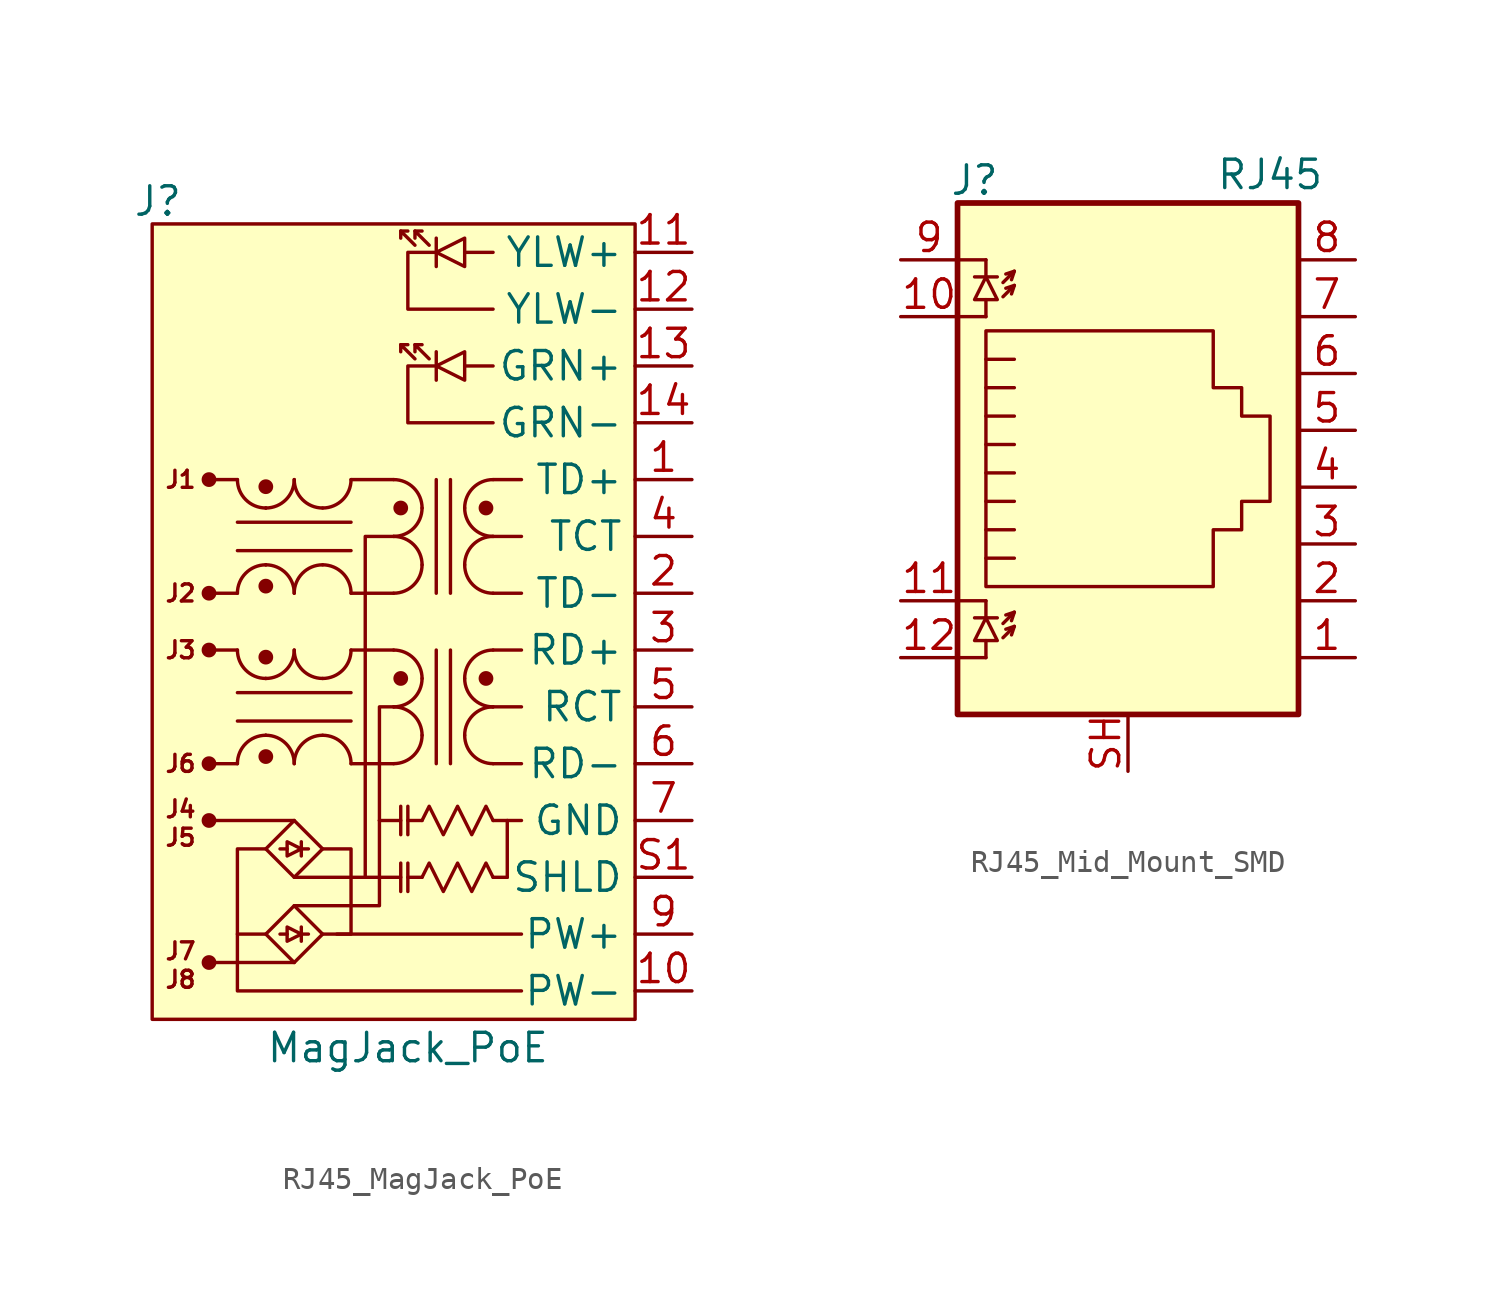
<source format=kicad_sym>
(kicad_symbol_lib
  (version 20241209)
  (generator "kicad_symbol_editor")
  (generator_version "9.0")
  (symbol "RJ45_MagJack_PoE"
    (property "Reference" "J"
      (at -11.176 20.066 0)
      (effects (font (size 1.27 1.27))))
    (property "Value" "MagJack_PoE"
      (at 0 -17.78 0)
      (effects (font (size 1.27 1.27))))
    (symbol "RJ45_MagJack_PoE_0_1"
      (polyline (pts (xy -0.318 18.733) (xy 0 18.733)) (stroke (width 0) (type default)) (fill (type none)))
      (polyline (pts (xy -0.318 13.652) (xy 0 13.652)) (stroke (width 0) (type default)) (fill (type none)))
      (polyline (pts (xy 0.318 18.733) (xy 0.635 18.733)) (stroke (width 0) (type default)) (fill (type none)))
      (polyline (pts (xy 0.318 18.098) (xy -0.318 18.733) (xy -0.318 18.415)) (stroke (width 0) (type default)) (fill (type none)))
      (polyline (pts (xy 0.318 13.652) (xy 0.635 13.652)) (stroke (width 0) (type default)) (fill (type none)))
      (polyline (pts (xy 0.318 13.018) (xy -0.318 13.652) (xy -0.318 13.335)) (stroke (width 0) (type default)) (fill (type none)))
      (polyline (pts (xy 0.953 18.098) (xy 0.318 18.733) (xy 0.318 18.415)) (stroke (width 0) (type default)) (fill (type none)))
      (polyline (pts (xy 0.953 13.018) (xy 0.318 13.652) (xy 0.318 13.335)) (stroke (width 0) (type default)) (fill (type none))))
    (symbol "RJ45_MagJack_PoE_1_0"
      (pin passive line (at 12.7 15.24 180) (length 2.54) (name "YLW-" (effects (font (size 1.27 1.27)))) (number "12" (effects (font (size 1.27 1.27)))))
      (pin passive line (at 12.7 12.7 180) (length 2.54) (name "GRN+" (effects (font (size 1.27 1.27)))) (number "13" (effects (font (size 1.27 1.27)))))
      (pin passive line (at 12.7 10.16 180) (length 2.54) (name "GRN-" (effects (font (size 1.27 1.27)))) (number "14" (effects (font (size 1.27 1.27)))))
      (pin passive line (at 12.7 7.62 180) (length 2.54) (name "TD+" (effects (font (size 1.27 1.27)))) (number "1" (effects (font (size 1.27 1.27)))))
      (pin passive line (at 12.7 5.08 180) (length 2.54) (name "TCT" (effects (font (size 1.27 1.27)))) (number "4" (effects (font (size 1.27 1.27)))))
      (pin passive line (at 12.7 2.54 180) (length 2.54) (name "TD-" (effects (font (size 1.27 1.27)))) (number "2" (effects (font (size 1.27 1.27)))))
      (pin passive line (at 12.7 0 180) (length 2.54) (name "RD+" (effects (font (size 1.27 1.27)))) (number "3" (effects (font (size 1.27 1.27)))))
      (pin passive line (at 12.7 -2.54 180) (length 2.54) (name "RCT" (effects (font (size 1.27 1.27)))) (number "5" (effects (font (size 1.27 1.27)))))
      (pin passive line (at 12.7 -5.08 180) (length 2.54) (name "RD-" (effects (font (size 1.27 1.27)))) (number "6" (effects (font (size 1.27 1.27)))))
      (pin passive line (at 12.7 -7.62 180) (length 2.54) (name "GND" (effects (font (size 1.27 1.27)))) (number "7" (effects (font (size 1.27 1.27)))))
      (pin passive line (at 12.7 -10.16 180) (length 2.54) (name "SHLD" (effects (font (size 1.27 1.27)))) (number "S1" (effects (font (size 1.27 1.27)))))
      (pin passive line (at 12.7 -10.16 180) (length 2.54) (hide yes) (name "SHLD" (effects (font (size 1.27 1.27)))) (number "S2" (effects (font (size 1.27 1.27)))))
      (pin power_out line (at 12.7 -12.7 180) (length 2.54) (name "PW+" (effects (font (size 1.27 1.27)))) (number "9" (effects (font (size 1.27 1.27)))))
      (pin power_out line (at 12.7 -15.24 180) (length 2.54) (name "PW-" (effects (font (size 1.27 1.27)))) (number "10" (effects (font (size 1.27 1.27))))))
    (symbol "RJ45_MagJack_PoE_1_1"
      (rectangle (start -11.43 19.05) (end 10.16 -16.51) (stroke (width 0) (type default)) (fill (type background)))
      (circle (center -8.89 7.62) (radius 0.254) (stroke (width 0) (type default)) (fill (type outline)))
      (circle (center -8.89 2.54) (radius 0.254) (stroke (width 0) (type default)) (fill (type outline)))
      (circle (center -8.89 0) (radius 0.254) (stroke (width 0) (type default)) (fill (type outline)))
      (circle (center -8.89 -5.08) (radius 0.254) (stroke (width 0) (type default)) (fill (type outline)))
      (circle (center -8.89 -7.62) (radius 0.254) (stroke (width 0) (type default)) (fill (type outline)))
      (polyline (pts (xy -8.89 -7.62) (xy -5.08 -7.62)) (stroke (width 0) (type default)) (fill (type none)))
      (circle (center -8.89 -13.97) (radius 0.254) (stroke (width 0) (type default)) (fill (type outline)))
      (polyline (pts (xy -7.62 7.62) (xy -8.89 7.62)) (stroke (width 0) (type default)) (fill (type none)))
      (polyline (pts (xy -7.62 5.715) (xy -2.54 5.715)) (stroke (width 0) (type default)) (fill (type none)))
      (polyline (pts (xy -7.62 4.445) (xy -2.54 4.445)) (stroke (width 0) (type default)) (fill (type none)))
      (polyline (pts (xy -7.62 2.54) (xy -8.89 2.54)) (stroke (width 0) (type default)) (fill (type none)))
      (polyline (pts (xy -7.62 0) (xy -8.89 0)) (stroke (width 0) (type default)) (fill (type none)))
      (polyline (pts (xy -7.62 -1.905) (xy -2.54 -1.905)) (stroke (width 0) (type default)) (fill (type none)))
      (polyline (pts (xy -7.62 -3.175) (xy -2.54 -3.175)) (stroke (width 0) (type default)) (fill (type none)))
      (polyline (pts (xy -7.62 -5.08) (xy -8.89 -5.08)) (stroke (width 0) (type default)) (fill (type none)))
      (arc (start -5.08 7.62) (mid -5.452 6.722) (end -6.35 6.35) (stroke (width 0) (type default)) (fill (type none)))
      (arc (start -6.35 3.81) (mid -5.452 3.438) (end -5.08 2.54) (stroke (width 0) (type default)) (fill (type none)))
      (arc (start -5.08 0) (mid -5.452 -0.898) (end -6.35 -1.27) (stroke (width 0) (type default)) (fill (type none)))
      (arc (start -6.35 -3.81) (mid -5.452 -4.182) (end -5.08 -5.08) (stroke (width 0) (type default)) (fill (type none)))
      (circle (center -6.35 7.303) (radius 0.254) (stroke (width 0) (type default)) (fill (type outline)))
      (arc (start -6.35 6.35) (mid -6.35 6.35) (end -6.35 6.35) (stroke (width 0) (type default)) (fill (type none)))
      (arc (start -6.35 3.81) (mid -6.35 3.81) (end -6.35 3.81) (stroke (width 0) (type default)) (fill (type none)))
      (circle (center -6.35 2.857) (radius 0.254) (stroke (width 0) (type default)) (fill (type outline)))
      (circle (center -6.35 -0.318) (radius 0.254) (stroke (width 0) (type default)) (fill (type outline)))
      (arc (start -6.35 -1.27) (mid -6.35 -1.27) (end -6.35 -1.27) (stroke (width 0) (type default)) (fill (type none)))
      (arc (start -6.35 -3.81) (mid -6.35 -3.81) (end -6.35 -3.81) (stroke (width 0) (type default)) (fill (type none)))
      (circle (center -6.35 -4.763) (radius 0.254) (stroke (width 0) (type default)) (fill (type outline)))
      (polyline (pts (xy -6.35 -8.89) (xy -7.62 -8.89) (xy -7.62 -15.24) (xy 5.08 -15.24)) (stroke (width 0) (type default)) (fill (type none)))
      (polyline (pts (xy -6.35 -12.7) (xy -7.62 -12.7)) (stroke (width 0) (type default)) (fill (type none)))
      (arc (start -6.35 6.35) (mid -7.248 6.722) (end -7.62 7.62) (stroke (width 0) (type default)) (fill (type none)))
      (arc (start -7.62 2.54) (mid -7.248 3.438) (end -6.35 3.81) (stroke (width 0) (type default)) (fill (type none)))
      (arc (start -6.35 -1.27) (mid -7.248 -0.898) (end -7.62 0) (stroke (width 0) (type default)) (fill (type none)))
      (arc (start -7.62 -5.08) (mid -7.248 -4.182) (end -6.35 -3.81) (stroke (width 0) (type default)) (fill (type none)))
      (polyline (pts (xy -5.397 -8.572) (xy -5.397 -9.207) (xy -4.763 -8.89) (xy -5.397 -8.572)) (stroke (width 0) (type default)) (fill (type none)))
      (polyline (pts (xy -5.397 -8.89) (xy -5.715 -8.89)) (stroke (width 0) (type default)) (fill (type none)))
      (polyline (pts (xy -5.397 -12.383) (xy -5.397 -13.018) (xy -4.763 -12.7) (xy -5.397 -12.383)) (stroke (width 0) (type default)) (fill (type none)))
      (polyline (pts (xy -5.397 -12.7) (xy -5.715 -12.7)) (stroke (width 0) (type default)) (fill (type none)))
      (polyline (pts (xy -5.08 -10.16) (xy -1.905 -10.16)) (stroke (width 0) (type default)) (fill (type none)))
      (polyline (pts (xy -5.08 -11.43) (xy -1.27 -11.43) (xy -1.27 -7.62)) (stroke (width 0) (type default)) (fill (type none)))
      (polyline (pts (xy -5.08 -13.97) (xy -8.89 -13.97)) (stroke (width 0) (type default)) (fill (type none)))
      (polyline (pts (xy -4.763 -8.572) (xy -4.763 -9.207)) (stroke (width 0) (type default)) (fill (type none)))
      (polyline (pts (xy -4.763 -8.89) (xy -4.445 -8.89)) (stroke (width 0) (type default)) (fill (type none)))
      (polyline (pts (xy -4.763 -12.383) (xy -4.763 -13.018)) (stroke (width 0) (type default)) (fill (type none)))
      (polyline (pts (xy -4.763 -12.7) (xy -4.445 -12.7)) (stroke (width 0) (type default)) (fill (type none)))
      (arc (start -2.54 7.62) (mid -2.912 6.722) (end -3.81 6.35) (stroke (width 0) (type default)) (fill (type none)))
      (arc (start -3.81 3.81) (mid -2.912 3.438) (end -2.54 2.54) (stroke (width 0) (type default)) (fill (type none)))
      (arc (start -2.54 0) (mid -2.912 -0.898) (end -3.81 -1.27) (stroke (width 0) (type default)) (fill (type none)))
      (arc (start -3.81 -3.81) (mid -2.912 -4.182) (end -2.54 -5.08) (stroke (width 0) (type default)) (fill (type none)))
      (polyline (pts (xy -3.81 -8.89) (xy -2.54 -8.89) (xy -2.54 -12.7) (xy -3.81 -12.7)) (stroke (width 0) (type default)) (fill (type none)))
      (polyline (pts (xy -3.81 -8.89) (xy -5.08 -7.62) (xy -6.35 -8.89) (xy -5.08 -10.16) (xy -3.81 -8.89)) (stroke (width 0) (type default)) (fill (type none)))
      (polyline (pts (xy -3.81 -12.7) (xy -5.08 -11.43) (xy -6.35 -12.7) (xy -5.08 -13.97) (xy -3.81 -12.7)) (stroke (width 0) (type default)) (fill (type none)))
      (arc (start -3.81 6.35) (mid -4.708 6.722) (end -5.08 7.62) (stroke (width 0) (type default)) (fill (type none)))
      (arc (start -5.08 2.54) (mid -4.708 3.438) (end -3.81 3.81) (stroke (width 0) (type default)) (fill (type none)))
      (arc (start -3.81 -1.27) (mid -4.708 -0.898) (end -5.08 0) (stroke (width 0) (type default)) (fill (type none)))
      (arc (start -5.08 -5.08) (mid -4.708 -4.182) (end -3.81 -3.81) (stroke (width 0) (type default)) (fill (type none)))
      (polyline (pts (xy -3.175 -12.7) (xy 5.08 -12.7)) (stroke (width 0) (type default)) (fill (type none)))
      (polyline (pts (xy -1.27 -7.62) (xy -1.27 -2.54) (xy -0.635 -2.54)) (stroke (width 0) (type default)) (fill (type none)))
      (polyline (pts (xy -1.27 -10.16) (xy -1.905 -10.16) (xy -1.905 5.08) (xy -0.635 5.08)) (stroke (width 0) (type default)) (fill (type none)))
      (arc (start 0.635 6.35) (mid 0.263 5.452) (end -0.635 5.08) (stroke (width 0) (type default)) (fill (type none)))
      (arc (start -0.635 7.62) (mid 0.263 7.248) (end 0.635 6.35) (stroke (width 0) (type default)) (fill (type none)))
      (arc (start 0.635 3.81) (mid 0.263 2.912) (end -0.635 2.54) (stroke (width 0) (type default)) (fill (type none)))
      (arc (start -0.635 5.08) (mid 0.263 4.708) (end 0.635 3.81) (stroke (width 0) (type default)) (fill (type none)))
      (arc (start 0.635 -1.27) (mid 0.263 -2.168) (end -0.635 -2.54) (stroke (width 0) (type default)) (fill (type none)))
      (arc (start -0.635 0) (mid 0.263 -0.372) (end 0.635 -1.27) (stroke (width 0) (type default)) (fill (type none)))
      (arc (start 0.635 -3.81) (mid 0.263 -4.708) (end -0.635 -5.08) (stroke (width 0) (type default)) (fill (type none)))
      (arc (start -0.635 -2.54) (mid 0.263 -2.912) (end 0.635 -3.81) (stroke (width 0) (type default)) (fill (type none)))
      (polyline (pts (xy -0.635 7.62) (xy -2.54 7.62)) (stroke (width 0) (type default)) (fill (type none)))
      (polyline (pts (xy -0.635 2.54) (xy -2.54 2.54)) (stroke (width 0) (type default)) (fill (type none)))
      (polyline (pts (xy -0.635 0) (xy -2.54 0)) (stroke (width 0) (type default)) (fill (type none)))
      (polyline (pts (xy -0.635 -5.08) (xy -2.54 -5.08)) (stroke (width 0) (type default)) (fill (type none)))
      (circle (center -0.318 6.35) (radius 0.254) (stroke (width 0) (type default)) (fill (type outline)))
      (circle (center -0.318 -1.27) (radius 0.254) (stroke (width 0) (type default)) (fill (type outline)))
      (polyline (pts (xy -0.318 -6.985) (xy -0.318 -8.255)) (stroke (width 0) (type default)) (fill (type none)))
      (polyline (pts (xy -0.318 -7.62) (xy -1.27 -7.62)) (stroke (width 0) (type default)) (fill (type none)))
      (polyline (pts (xy -0.318 -9.525) (xy -0.318 -10.795)) (stroke (width 0) (type default)) (fill (type none)))
      (polyline (pts (xy -0.318 -10.16) (xy -1.27 -10.16)) (stroke (width 0) (type default)) (fill (type none)))
      (polyline (pts (xy 0 -6.985) (xy 0 -8.255)) (stroke (width 0) (type default)) (fill (type none)))
      (polyline (pts (xy 0 -9.525) (xy 0 -10.795)) (stroke (width 0) (type default)) (fill (type none)))
      (polyline (pts (xy 0.635 -7.62) (xy 0 -7.62)) (stroke (width 0) (type default)) (fill (type none)))
      (polyline (pts (xy 0.635 -10.16) (xy 0 -10.16)) (stroke (width 0) (type default)) (fill (type none)))
      (polyline (pts (xy 1.27 18.415) (xy 1.27 17.145)) (stroke (width 0) (type default)) (fill (type none)))
      (polyline (pts (xy 1.27 17.78) (xy 0 17.78) (xy 0 15.24) (xy 3.81 15.24)) (stroke (width 0) (type default)) (fill (type none)))
      (polyline (pts (xy 1.27 13.335) (xy 1.27 12.065)) (stroke (width 0) (type default)) (fill (type none)))
      (polyline (pts (xy 1.27 12.7) (xy 0 12.7) (xy 0 10.16) (xy 3.81 10.16)) (stroke (width 0) (type default)) (fill (type none)))
      (polyline (pts (xy 1.27 7.62) (xy 1.27 2.54)) (stroke (width 0) (type default)) (fill (type none)))
      (polyline (pts (xy 1.27 0) (xy 1.27 -5.08)) (stroke (width 0) (type default)) (fill (type none)))
      (polyline (pts (xy 1.905 7.62) (xy 1.905 2.54)) (stroke (width 0) (type default)) (fill (type none)))
      (polyline (pts (xy 1.905 0) (xy 1.905 -5.08)) (stroke (width 0) (type default)) (fill (type none)))
      (polyline (pts (xy 2.54 17.78) (xy 2.54 17.145) (xy 1.27 17.78) (xy 2.54 18.415) (xy 2.54 17.78)) (stroke (width 0) (type default)) (fill (type none)))
      (polyline (pts (xy 2.54 12.7) (xy 2.54 12.065) (xy 1.27 12.7) (xy 2.54 13.335) (xy 2.54 12.7)) (stroke (width 0) (type default)) (fill (type none)))
      (circle (center 3.493 6.35) (radius 0.254) (stroke (width 0) (type default)) (fill (type outline)))
      (circle (center 3.493 -1.27) (radius 0.254) (stroke (width 0) (type default)) (fill (type outline)))
      (polyline (pts (xy 3.81 17.78) (xy 2.54 17.78)) (stroke (width 0) (type default)) (fill (type none)))
      (polyline (pts (xy 3.81 12.7) (xy 2.54 12.7)) (stroke (width 0) (type default)) (fill (type none)))
      (arc (start 2.54 6.35) (mid 2.912 7.248) (end 3.81 7.62) (stroke (width 0) (type default)) (fill (type none)))
      (arc (start 3.81 5.08) (mid 2.912 5.452) (end 2.54 6.35) (stroke (width 0) (type default)) (fill (type none)))
      (polyline (pts (xy 3.81 5.08) (xy 5.08 5.08)) (stroke (width 0) (type default)) (fill (type none)))
      (arc (start 2.54 3.81) (mid 2.912 4.708) (end 3.81 5.08) (stroke (width 0) (type default)) (fill (type none)))
      (arc (start 3.81 2.54) (mid 2.912 2.912) (end 2.54 3.81) (stroke (width 0) (type default)) (fill (type none)))
      (polyline (pts (xy 3.81 2.54) (xy 5.08 2.54)) (stroke (width 0) (type default)) (fill (type none)))
      (arc (start 2.54 -1.27) (mid 2.912 -0.372) (end 3.81 0) (stroke (width 0) (type default)) (fill (type none)))
      (arc (start 3.81 -2.54) (mid 2.912 -2.168) (end 2.54 -1.27) (stroke (width 0) (type default)) (fill (type none)))
      (polyline (pts (xy 3.81 -2.54) (xy 5.08 -2.54)) (stroke (width 0) (type default)) (fill (type none)))
      (arc (start 2.54 -3.81) (mid 2.912 -2.912) (end 3.81 -2.54) (stroke (width 0) (type default)) (fill (type none)))
      (arc (start 3.81 -5.08) (mid 2.912 -4.708) (end 2.54 -3.81) (stroke (width 0) (type default)) (fill (type none)))
      (polyline (pts (xy 3.81 -5.08) (xy 5.08 -5.08)) (stroke (width 0) (type default)) (fill (type none)))
      (polyline (pts (xy 3.81 -7.62) (xy 3.493 -6.985) (xy 2.857 -8.255) (xy 2.223 -6.985) (xy 1.587 -8.255) (xy 0.953 -6.985) (xy 0.635 -7.62)) (stroke (width 0) (type default)) (fill (type none)))
      (polyline (pts (xy 3.81 -10.16) (xy 3.493 -9.525) (xy 2.857 -10.795) (xy 2.223 -9.525) (xy 1.587 -10.795) (xy 0.953 -9.525) (xy 0.635 -10.16)) (stroke (width 0) (type default)) (fill (type none)))
      (polyline (pts (xy 4.445 -10.16) (xy 3.81 -10.16)) (stroke (width 0) (type default)) (fill (type none)))
      (polyline (pts (xy 4.445 -10.16) (xy 4.445 -7.62)) (stroke (width 0) (type default)) (fill (type none)))
      (polyline (pts (xy 5.08 7.62) (xy 3.81 7.62)) (stroke (width 0) (type default)) (fill (type none)))
      (polyline (pts (xy 5.08 0) (xy 3.81 0)) (stroke (width 0) (type default)) (fill (type none)))
      (polyline (pts (xy 5.08 -7.62) (xy 3.81 -7.62)) (stroke (width 0) (type default)) (fill (type none)))
      (text "J1" (at -10.16 7.62 0) (effects (font (size 0.762 0.762))))
      (text "J2" (at -10.16 2.54 0) (effects (font (size 0.762 0.762))))
      (text "J3" (at -10.16 0 0) (effects (font (size 0.762 0.762))))
      (text "J6" (at -10.16 -5.08 0) (effects (font (size 0.762 0.762))))
      (text "J4" (at -10.16 -7.112 0) (effects (font (size 0.762 0.762))))
      (text "J5" (at -10.16 -8.382 0) (effects (font (size 0.762 0.762))))
      (text "J7" (at -10.16 -13.462 0) (effects (font (size 0.762 0.762))))
      (text "J8" (at -10.16 -14.732 0) (effects (font (size 0.762 0.762))))
      (pin passive line (at 12.7 17.78 180) (length 2.54) (name "YLW+" (effects (font (size 1.27 1.27)))) (number "11" (effects (font (size 1.27 1.27)))))))
  (symbol "RJ45_Mid_Mount_SMD"
    (pin_names
      (hide yes))
    (property "Reference" "J"
      (at -6.858 12.446 0)
      (effects (font (size 1.27 1.27))))
    (property "Value" "RJ45"
      (at 6.35 12.7 0)
      (effects (font (size 1.27 1.27))))
    (symbol "RJ45_Mid_Mount_SMD_0_1"
      (rectangle (start -7.62 11.43) (end 7.62 -11.43) (stroke (width 0.254) (type default)) (fill (type background)))
      (polyline (pts (xy -7.62 8.89) (xy -6.35 8.89)) (stroke (width 0) (type default)) (fill (type none)))
      (polyline (pts (xy -7.62 6.35) (xy -6.35 6.35)) (stroke (width 0) (type default)) (fill (type none)))
      (polyline (pts (xy -7.62 -6.35) (xy -6.35 -6.35)) (stroke (width 0) (type default)) (fill (type none)))
      (polyline (pts (xy -7.62 -8.89) (xy -6.35 -8.89)) (stroke (width 0) (type default)) (fill (type none)))
      (polyline (pts (xy -6.858 8.128) (xy -5.842 8.128)) (stroke (width 0) (type default)) (fill (type none)))
      (polyline (pts (xy -6.858 -7.112) (xy -5.842 -7.112)) (stroke (width 0) (type default)) (fill (type none)))
      (polyline (pts (xy -6.35 8.89) (xy -6.35 8.128)) (stroke (width 0) (type default)) (fill (type none)))
      (polyline (pts (xy -6.35 8.128) (xy -6.858 7.112) (xy -5.842 7.112) (xy -6.35 8.128)) (stroke (width 0) (type default)) (fill (type none)))
      (polyline (pts (xy -6.35 6.35) (xy -6.35 7.112)) (stroke (width 0) (type default)) (fill (type none)))
      (polyline (pts (xy -6.35 0.635) (xy -5.08 0.635) (xy -5.08 0.635)) (stroke (width 0) (type default)) (fill (type none)))
      (polyline (pts (xy -6.35 -0.635) (xy -5.08 -0.635) (xy -5.08 -0.635)) (stroke (width 0) (type default)) (fill (type none)))
      (polyline (pts (xy -6.35 -1.905) (xy -5.08 -1.905) (xy -5.08 -1.905)) (stroke (width 0) (type default)) (fill (type none)))
      (polyline (pts (xy -6.35 -3.175) (xy -5.08 -3.175) (xy -5.08 -3.175)) (stroke (width 0) (type default)) (fill (type none)))
      (polyline (pts (xy -6.35 -4.445) (xy -5.08 -4.445) (xy -5.08 -4.445)) (stroke (width 0) (type default)) (fill (type none)))
      (polyline (pts (xy -6.35 -5.715) (xy -6.35 5.715) (xy 3.81 5.715) (xy 3.81 3.175) (xy 5.08 3.175) (xy 5.08 1.905) (xy 6.35 1.905) (xy 6.35 -1.905) (xy 5.08 -1.905) (xy 5.08 -3.175) (xy 3.81 -3.175) (xy 3.81 -5.715) (xy -6.35 -5.715) (xy -6.35 -5.715)) (stroke (width 0) (type default)) (fill (type none)))
      (polyline (pts (xy -6.35 -6.35) (xy -6.35 -7.112)) (stroke (width 0) (type default)) (fill (type none)))
      (polyline (pts (xy -6.35 -7.112) (xy -6.858 -8.128) (xy -5.842 -8.128) (xy -6.35 -7.112)) (stroke (width 0) (type default)) (fill (type none)))
      (polyline (pts (xy -6.35 -8.89) (xy -6.35 -8.128)) (stroke (width 0) (type default)) (fill (type none)))
      (polyline (pts (xy -5.588 7.874) (xy -5.08 8.382) (xy -5.461 8.255)) (stroke (width 0) (type default)) (fill (type none)))
      (polyline (pts (xy -5.588 7.239) (xy -5.08 7.747) (xy -5.461 7.62)) (stroke (width 0) (type default)) (fill (type none)))
      (polyline (pts (xy -5.588 -7.366) (xy -5.08 -6.858) (xy -5.461 -6.985)) (stroke (width 0) (type default)) (fill (type none)))
      (polyline (pts (xy -5.588 -8.001) (xy -5.08 -7.493) (xy -5.461 -7.62)) (stroke (width 0) (type default)) (fill (type none)))
      (polyline (pts (xy -5.08 8.382) (xy -5.207 8.001)) (stroke (width 0) (type default)) (fill (type none)))
      (polyline (pts (xy -5.08 7.747) (xy -5.207 7.366)) (stroke (width 0) (type default)) (fill (type none)))
      (polyline (pts (xy -5.08 4.445) (xy -6.35 4.445)) (stroke (width 0) (type default)) (fill (type none)))
      (polyline (pts (xy -5.08 3.175) (xy -6.35 3.175)) (stroke (width 0) (type default)) (fill (type none)))
      (polyline (pts (xy -5.08 1.905) (xy -6.35 1.905) (xy -6.35 1.905)) (stroke (width 0) (type default)) (fill (type none)))
      (polyline (pts (xy -5.08 -6.858) (xy -5.207 -7.239)) (stroke (width 0) (type default)) (fill (type none)))
      (polyline (pts (xy -5.08 -7.493) (xy -5.207 -7.874)) (stroke (width 0) (type default)) (fill (type none))))
    (symbol "RJ45_Mid_Mount_SMD_1_1"
      (pin passive line (at -10.16 8.89 0) (length 2.54) (name "~" (effects (font (size 1.27 1.27)))) (number "9" (effects (font (size 1.27 1.27)))))
      (pin passive line (at -10.16 6.35 0) (length 2.54) (name "~" (effects (font (size 1.27 1.27)))) (number "10" (effects (font (size 1.27 1.27)))))
      (pin passive line (at -10.16 -6.35 0) (length 2.54) (name "~" (effects (font (size 1.27 1.27)))) (number "11" (effects (font (size 1.27 1.27)))))
      (pin passive line (at -10.16 -8.89 0) (length 2.54) (name "~" (effects (font (size 1.27 1.27)))) (number "12" (effects (font (size 1.27 1.27)))))
      (pin passive line (at 0 -13.97 90) (length 2.54) (name "" (effects (font (size 1.27 1.27)))) (number "SH" (effects (font (size 1.27 1.27)))))
      (pin passive line (at 10.16 8.89 180) (length 2.54) (name "~" (effects (font (size 1.27 1.27)))) (number "8" (effects (font (size 1.27 1.27)))))
      (pin passive line (at 10.16 6.35 180) (length 2.54) (name "~" (effects (font (size 1.27 1.27)))) (number "7" (effects (font (size 1.27 1.27)))))
      (pin passive line (at 10.16 3.81 180) (length 2.54) (name "~" (effects (font (size 1.27 1.27)))) (number "6" (effects (font (size 1.27 1.27)))))
      (pin passive line (at 10.16 1.27 180) (length 2.54) (name "~" (effects (font (size 1.27 1.27)))) (number "5" (effects (font (size 1.27 1.27)))))
      (pin passive line (at 10.16 -1.27 180) (length 2.54) (name "~" (effects (font (size 1.27 1.27)))) (number "4" (effects (font (size 1.27 1.27)))))
      (pin passive line (at 10.16 -3.81 180) (length 2.54) (name "~" (effects (font (size 1.27 1.27)))) (number "3" (effects (font (size 1.27 1.27)))))
      (pin passive line (at 10.16 -6.35 180) (length 2.54) (name "~" (effects (font (size 1.27 1.27)))) (number "2" (effects (font (size 1.27 1.27)))))
      (pin passive line (at 10.16 -8.89 180) (length 2.54) (name "~" (effects (font (size 1.27 1.27)))) (number "1" (effects (font (size 1.27 1.27))))))))
</source>
